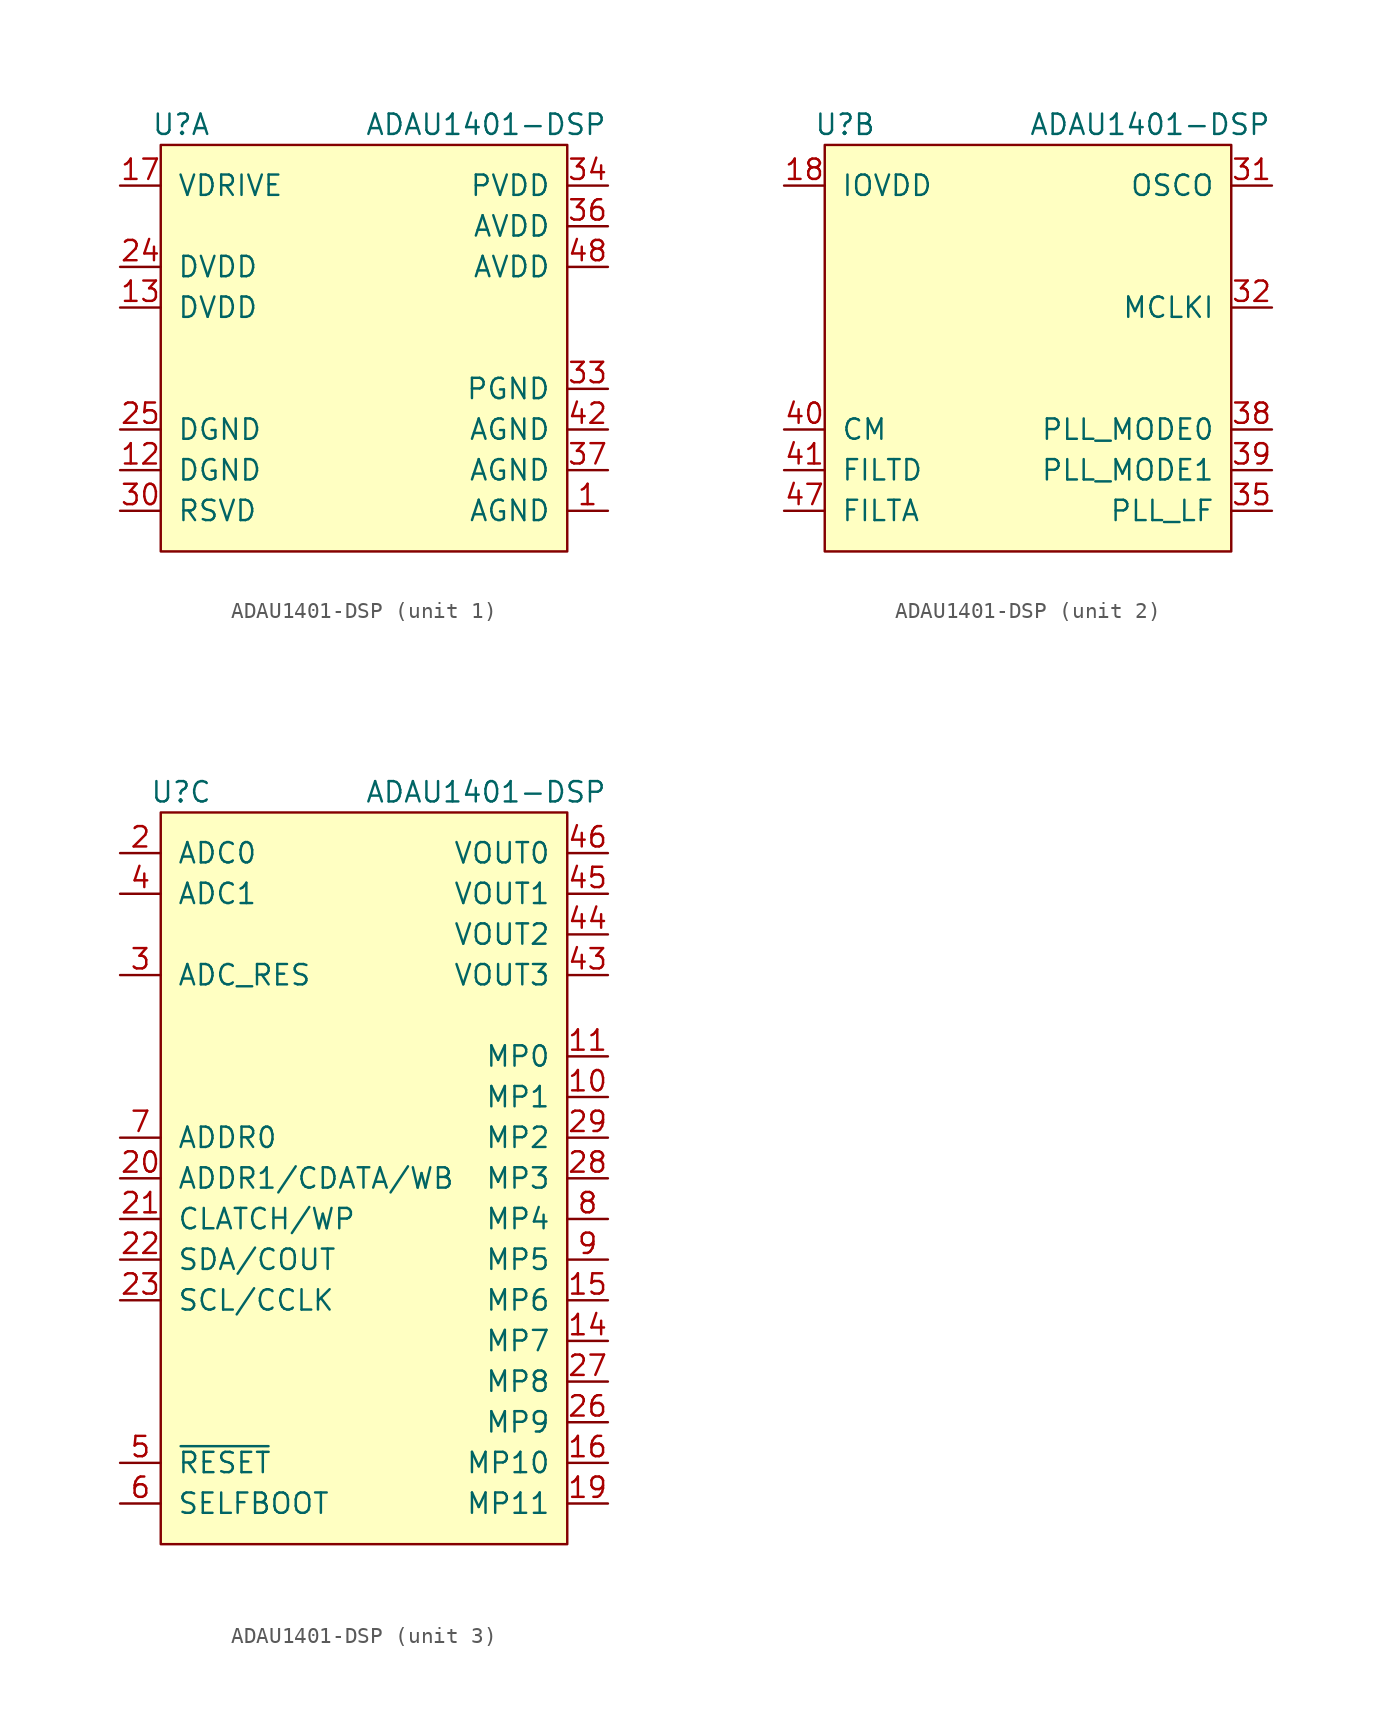
<source format=kicad_sym>
(kicad_symbol_lib
  (version 20211014)
  (generator kicad_symbol_editor)
  (symbol "ADAU1401-DSP"
    (pin_names
      (offset 1.016))
    (property "Reference" "U"
      (at 1.27 1.27 0)
      (effects (font (size 1.27 1.27))))
    (property "Value" "ADAU1401-DSP"
      (at 20.32 1.27 0)
      (effects (font (size 1.27 1.27))))
    (property "ki_locked" ""
      (at 0 0 0)
      (effects (font (size 1.27 1.27))))
    (symbol "ADAU1401-DSP_1_1"
      (rectangle (start 25.4 -25.4) (end 0 0) (stroke (width 0) (type default) (color 0 0 0 0)) (fill (type background)))
      (pin power_in line (at 27.94 -22.86 180) (length 2.54) (name "AGND" (effects (font (size 1.27 1.27)))) (number "1" (effects (font (size 1.27 1.27)))))
      (pin power_in line (at -2.54 -20.32 0) (length 2.54) (name "DGND" (effects (font (size 1.27 1.27)))) (number "12" (effects (font (size 1.27 1.27)))))
      (pin power_in line (at -2.54 -10.16 0) (length 2.54) (name "DVDD" (effects (font (size 1.27 1.27)))) (number "13" (effects (font (size 1.27 1.27)))))
      (pin output line (at -2.54 -2.54 0) (length 2.54) (name "VDRIVE" (effects (font (size 1.27 1.27)))) (number "17" (effects (font (size 1.27 1.27)))))
      (pin power_in line (at -2.54 -7.62 0) (length 2.54) (name "DVDD" (effects (font (size 1.27 1.27)))) (number "24" (effects (font (size 1.27 1.27)))))
      (pin power_in line (at -2.54 -17.78 0) (length 2.54) (name "DGND" (effects (font (size 1.27 1.27)))) (number "25" (effects (font (size 1.27 1.27)))))
      (pin passive line (at -2.54 -22.86 0) (length 2.54) (name "RSVD" (effects (font (size 1.27 1.27)))) (number "30" (effects (font (size 1.27 1.27)))))
      (pin power_in line (at 27.94 -15.24 180) (length 2.54) (name "PGND" (effects (font (size 1.27 1.27)))) (number "33" (effects (font (size 1.27 1.27)))))
      (pin power_in line (at 27.94 -2.54 180) (length 2.54) (name "PVDD" (effects (font (size 1.27 1.27)))) (number "34" (effects (font (size 1.27 1.27)))))
      (pin power_in line (at 27.94 -5.08 180) (length 2.54) (name "AVDD" (effects (font (size 1.27 1.27)))) (number "36" (effects (font (size 1.27 1.27)))))
      (pin power_in line (at 27.94 -20.32 180) (length 2.54) (name "AGND" (effects (font (size 1.27 1.27)))) (number "37" (effects (font (size 1.27 1.27)))))
      (pin power_in line (at 27.94 -17.78 180) (length 2.54) (name "AGND" (effects (font (size 1.27 1.27)))) (number "42" (effects (font (size 1.27 1.27)))))
      (pin power_in line (at 27.94 -7.62 180) (length 2.54) (name "AVDD" (effects (font (size 1.27 1.27)))) (number "48" (effects (font (size 1.27 1.27))))))
    (symbol "ADAU1401-DSP_2_1"
      (rectangle (start 0 0) (end 25.4 -25.4) (stroke (width 0) (type default) (color 0 0 0 0)) (fill (type background)))
      (pin power_in line (at -2.54 -2.54 0) (length 2.54) (name "IOVDD" (effects (font (size 1.27 1.27)))) (number "18" (effects (font (size 1.27 1.27)))))
      (pin passive line (at 27.94 -2.54 180) (length 2.54) (name "OSCO" (effects (font (size 1.27 1.27)))) (number "31" (effects (font (size 1.27 1.27)))))
      (pin passive line (at 27.94 -10.16 180) (length 2.54) (name "MCLKI" (effects (font (size 1.27 1.27)))) (number "32" (effects (font (size 1.27 1.27)))))
      (pin passive line (at 27.94 -22.86 180) (length 2.54) (name "PLL_LF" (effects (font (size 1.27 1.27)))) (number "35" (effects (font (size 1.27 1.27)))))
      (pin input line (at 27.94 -17.78 180) (length 2.54) (name "PLL_MODE0" (effects (font (size 1.27 1.27)))) (number "38" (effects (font (size 1.27 1.27)))))
      (pin input line (at 27.94 -20.32 180) (length 2.54) (name "PLL_MODE1" (effects (font (size 1.27 1.27)))) (number "39" (effects (font (size 1.27 1.27)))))
      (pin output line (at -2.54 -17.78 0) (length 2.54) (name "CM" (effects (font (size 1.27 1.27)))) (number "40" (effects (font (size 1.27 1.27)))))
      (pin output line (at -2.54 -20.32 0) (length 2.54) (name "FILTD" (effects (font (size 1.27 1.27)))) (number "41" (effects (font (size 1.27 1.27)))))
      (pin output line (at -2.54 -22.86 0) (length 2.54) (name "FILTA" (effects (font (size 1.27 1.27)))) (number "47" (effects (font (size 1.27 1.27))))))
    (symbol "ADAU1401-DSP_3_1"
      (rectangle (start 0 0) (end 25.4 -45.72) (stroke (width 0) (type default) (color 0 0 0 0)) (fill (type background)))
      (pin bidirectional line (at 27.94 -17.78 180) (length 2.54) (name "MP1" (effects (font (size 1.27 1.27)))) (number "10" (effects (font (size 1.27 1.27)))))
      (pin bidirectional line (at 27.94 -15.24 180) (length 2.54) (name "MP0" (effects (font (size 1.27 1.27)))) (number "11" (effects (font (size 1.27 1.27)))))
      (pin bidirectional line (at 27.94 -33.02 180) (length 2.54) (name "MP7" (effects (font (size 1.27 1.27)))) (number "14" (effects (font (size 1.27 1.27)))))
      (pin bidirectional line (at 27.94 -30.48 180) (length 2.54) (name "MP6" (effects (font (size 1.27 1.27)))) (number "15" (effects (font (size 1.27 1.27)))))
      (pin bidirectional line (at 27.94 -40.64 180) (length 2.54) (name "MP10" (effects (font (size 1.27 1.27)))) (number "16" (effects (font (size 1.27 1.27)))))
      (pin bidirectional line (at 27.94 -43.18 180) (length 2.54) (name "MP11" (effects (font (size 1.27 1.27)))) (number "19" (effects (font (size 1.27 1.27)))))
      (pin input line (at -2.54 -2.54 0) (length 2.54) (name "ADC0" (effects (font (size 1.27 1.27)))) (number "2" (effects (font (size 1.27 1.27)))))
      (pin input line (at -2.54 -22.86 0) (length 2.54) (name "ADDR1/CDATA/WB" (effects (font (size 1.27 1.27)))) (number "20" (effects (font (size 1.27 1.27)))))
      (pin bidirectional line (at -2.54 -25.4 0) (length 2.54) (name "CLATCH/WP" (effects (font (size 1.27 1.27)))) (number "21" (effects (font (size 1.27 1.27)))))
      (pin bidirectional line (at -2.54 -27.94 0) (length 2.54) (name "SDA/COUT" (effects (font (size 1.27 1.27)))) (number "22" (effects (font (size 1.27 1.27)))))
      (pin bidirectional line (at -2.54 -30.48 0) (length 2.54) (name "SCL/CCLK" (effects (font (size 1.27 1.27)))) (number "23" (effects (font (size 1.27 1.27)))))
      (pin bidirectional line (at 27.94 -38.1 180) (length 2.54) (name "MP9" (effects (font (size 1.27 1.27)))) (number "26" (effects (font (size 1.27 1.27)))))
      (pin bidirectional line (at 27.94 -35.56 180) (length 2.54) (name "MP8" (effects (font (size 1.27 1.27)))) (number "27" (effects (font (size 1.27 1.27)))))
      (pin bidirectional line (at 27.94 -22.86 180) (length 2.54) (name "MP3" (effects (font (size 1.27 1.27)))) (number "28" (effects (font (size 1.27 1.27)))))
      (pin bidirectional line (at 27.94 -20.32 180) (length 2.54) (name "MP2" (effects (font (size 1.27 1.27)))) (number "29" (effects (font (size 1.27 1.27)))))
      (pin passive line (at -2.54 -10.16 0) (length 2.54) (name "ADC_RES" (effects (font (size 1.27 1.27)))) (number "3" (effects (font (size 1.27 1.27)))))
      (pin input line (at -2.54 -5.08 0) (length 2.54) (name "ADC1" (effects (font (size 1.27 1.27)))) (number "4" (effects (font (size 1.27 1.27)))))
      (pin output line (at 27.94 -10.16 180) (length 2.54) (name "VOUT3" (effects (font (size 1.27 1.27)))) (number "43" (effects (font (size 1.27 1.27)))))
      (pin output line (at 27.94 -7.62 180) (length 2.54) (name "VOUT2" (effects (font (size 1.27 1.27)))) (number "44" (effects (font (size 1.27 1.27)))))
      (pin output line (at 27.94 -5.08 180) (length 2.54) (name "VOUT1" (effects (font (size 1.27 1.27)))) (number "45" (effects (font (size 1.27 1.27)))))
      (pin output line (at 27.94 -2.54 180) (length 2.54) (name "VOUT0" (effects (font (size 1.27 1.27)))) (number "46" (effects (font (size 1.27 1.27)))))
      (pin input line (at -2.54 -40.64 0) (length 2.54) (name "~{RESET}" (effects (font (size 1.27 1.27)))) (number "5" (effects (font (size 1.27 1.27)))))
      (pin input line (at -2.54 -43.18 0) (length 2.54) (name "SELFBOOT" (effects (font (size 1.27 1.27)))) (number "6" (effects (font (size 1.27 1.27)))))
      (pin input line (at -2.54 -20.32 0) (length 2.54) (name "ADDR0" (effects (font (size 1.27 1.27)))) (number "7" (effects (font (size 1.27 1.27)))))
      (pin bidirectional line (at 27.94 -25.4 180) (length 2.54) (name "MP4" (effects (font (size 1.27 1.27)))) (number "8" (effects (font (size 1.27 1.27)))))
      (pin bidirectional line (at 27.94 -27.94 180) (length 2.54) (name "MP5" (effects (font (size 1.27 1.27)))) (number "9" (effects (font (size 1.27 1.27))))))))
</source>
